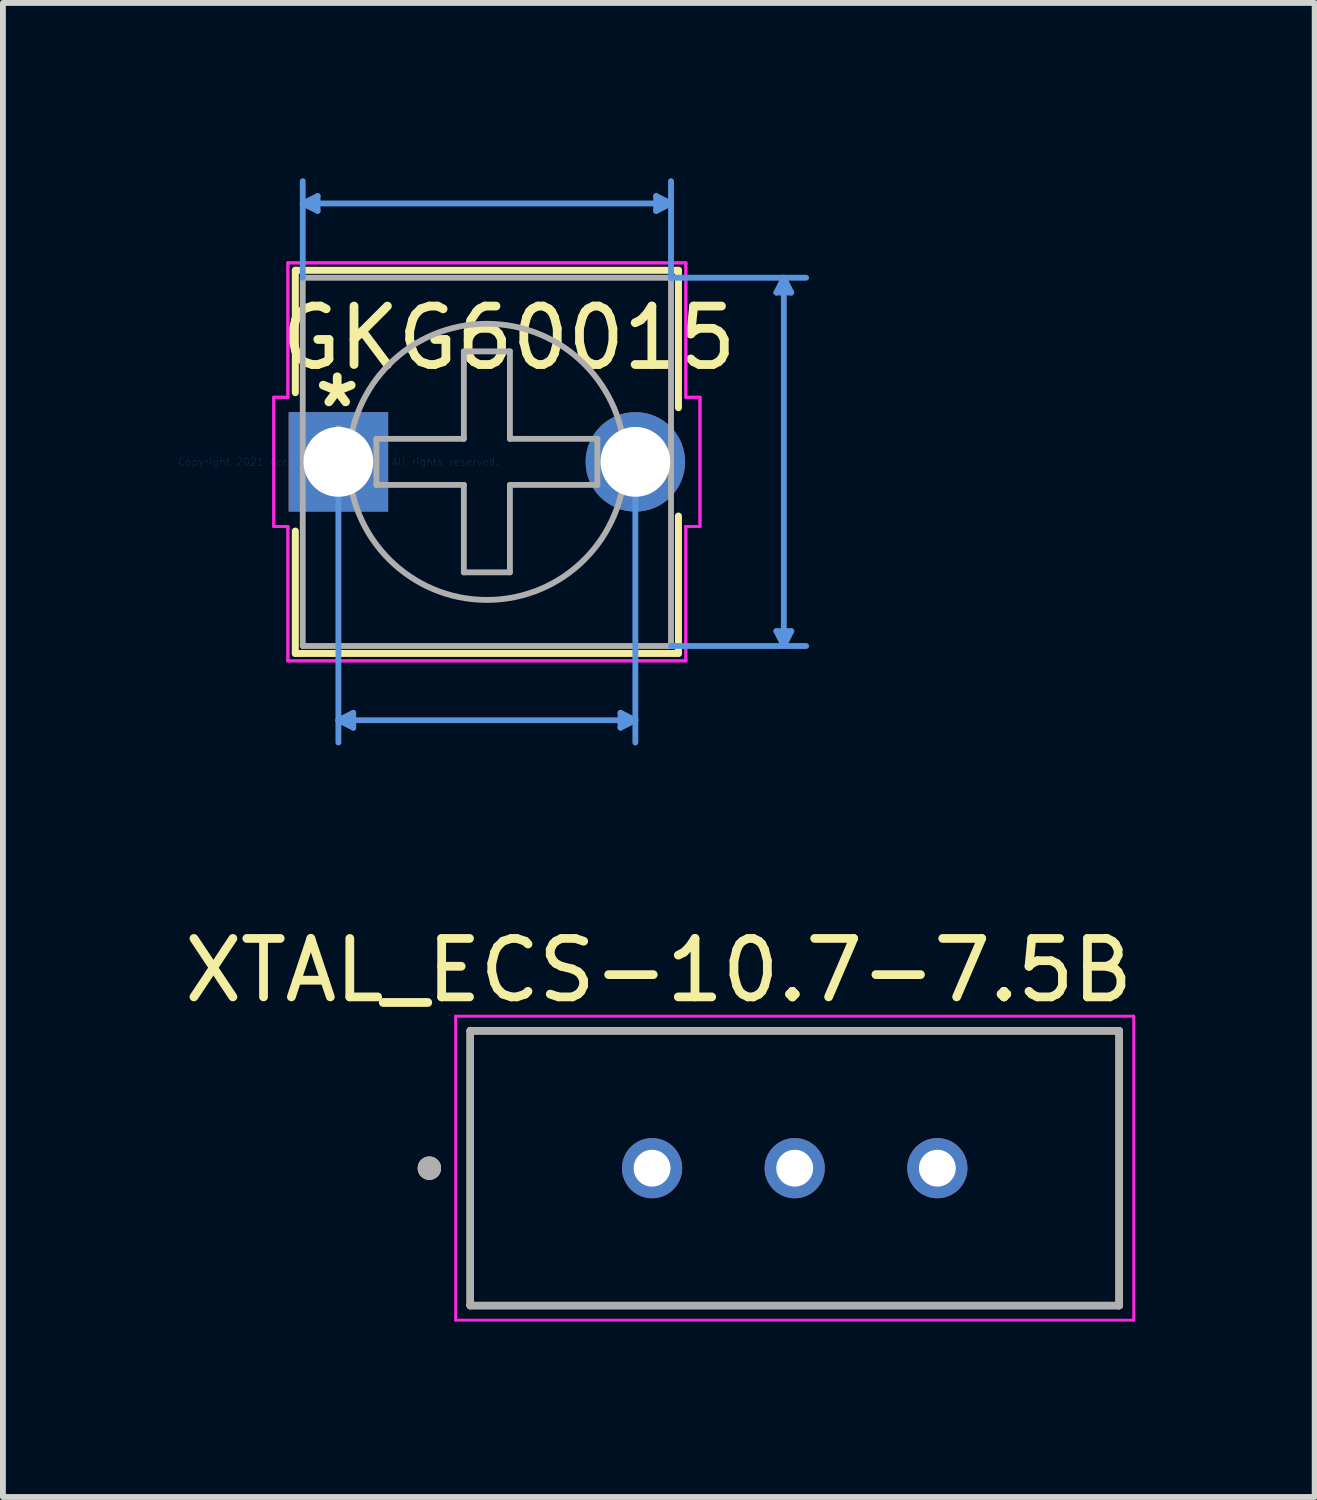
<source format=kicad_pcb>
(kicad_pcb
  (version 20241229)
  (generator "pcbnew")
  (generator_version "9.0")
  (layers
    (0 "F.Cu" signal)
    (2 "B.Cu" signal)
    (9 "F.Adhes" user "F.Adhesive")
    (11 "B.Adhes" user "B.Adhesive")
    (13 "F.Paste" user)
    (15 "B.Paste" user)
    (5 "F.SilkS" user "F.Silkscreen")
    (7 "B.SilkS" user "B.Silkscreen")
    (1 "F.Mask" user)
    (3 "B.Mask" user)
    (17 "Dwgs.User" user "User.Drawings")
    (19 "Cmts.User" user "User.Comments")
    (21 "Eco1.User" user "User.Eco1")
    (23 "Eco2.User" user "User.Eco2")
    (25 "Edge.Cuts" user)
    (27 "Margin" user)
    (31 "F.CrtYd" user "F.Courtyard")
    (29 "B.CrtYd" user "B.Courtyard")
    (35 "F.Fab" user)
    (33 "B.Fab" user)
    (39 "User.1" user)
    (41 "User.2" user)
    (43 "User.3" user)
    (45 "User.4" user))
  (footprint "XTAL_ECS-10.7-7.5B"
    (layer "F.Cu")
    (at 10.545 16.934)
    (property "Reference" "XTAL_ECS-10.7-7.5B" (at -2.325 -3.385 0) (layer "F.SilkS") (effects (font (size 1 1) (thickness 0.15))))
    (attr through_hole)
    (fp_line (start -5.55 -2.35) (end 5.55 -2.35) (stroke (width 0.127) (type solid)) (layer "F.SilkS"))
    (fp_line (start -5.55 2.35) (end -5.55 -2.35) (stroke (width 0.127) (type solid)) (layer "F.SilkS"))
    (fp_line (start 5.55 -2.35) (end 5.55 2.35) (stroke (width 0.127) (type solid)) (layer "F.SilkS"))
    (fp_line (start 5.55 2.35) (end -5.55 2.35) (stroke (width 0.127) (type solid)) (layer "F.SilkS"))
    (fp_circle (center -6.25 0) (end -6.15 0) (stroke (width 0.2) (type solid)) (fill no) (layer "F.SilkS"))
    (fp_line (start -5.8 -2.6) (end 5.8 -2.6) (stroke (width 0.05) (type solid)) (layer "F.CrtYd"))
    (fp_line (start -5.8 2.6) (end -5.8 -2.6) (stroke (width 0.05) (type solid)) (layer "F.CrtYd"))
    (fp_line (start 5.8 -2.6) (end 5.8 2.6) (stroke (width 0.05) (type solid)) (layer "F.CrtYd"))
    (fp_line (start 5.8 2.6) (end -5.8 2.6) (stroke (width 0.05) (type solid)) (layer "F.CrtYd"))
    (fp_line (start -5.55 -2.35) (end 5.55 -2.35) (stroke (width 0.127) (type solid)) (layer "F.Fab"))
    (fp_line (start -5.55 2.35) (end -5.55 -2.35) (stroke (width 0.127) (type solid)) (layer "F.Fab"))
    (fp_line (start 5.55 -2.35) (end 5.55 2.35) (stroke (width 0.127) (type solid)) (layer "F.Fab"))
    (fp_line (start 5.55 2.35) (end -5.55 2.35) (stroke (width 0.127) (type solid)) (layer "F.Fab"))
    (fp_circle (center -6.25 0) (end -6.15 0) (stroke (width 0.2) (type solid)) (fill no) (layer "F.Fab"))
    (pad "1" thru_hole circle (at -2.44 0) (size 1.03 1.03) (drill 0.63) (layers "*.Cu" "*.Mask"))
    (pad "2" thru_hole circle (at 0 0) (size 1.03 1.03) (drill 0.63) (layers "*.Cu" "*.Mask"))
    (pad "3" thru_hole circle (at 2.44 0) (size 1.03 1.03) (drill 0.63) (layers "*.Cu" "*.Mask")))
  (footprint "GKG60015"
    (layer "F.Cu")
    (at 2.739 4.851)
    (property "Reference" "GKG60015" (at 2.91 -2.12 0) (layer "F.SilkS") (effects (font (size 1 1) (thickness 0.15))))
    (attr through_hole)
    (fp_line (start -0.737 -3.277) (end -0.737 -1.184) (stroke (width 0.12) (type solid)) (layer "F.SilkS"))
    (fp_line (start -0.737 1.184) (end -0.737 3.277) (stroke (width 0.12) (type solid)) (layer "F.SilkS"))
    (fp_line (start -0.737 3.277) (end 5.817 3.277) (stroke (width 0.12) (type solid)) (layer "F.SilkS"))
    (fp_line (start 5.817 -3.277) (end -0.737 -3.277) (stroke (width 0.12) (type solid)) (layer "F.SilkS"))
    (fp_line (start 5.817 -0.927) (end 5.817 -3.277) (stroke (width 0.12) (type solid)) (layer "F.SilkS"))
    (fp_line (start 5.817 3.277) (end 5.817 0.927) (stroke (width 0.12) (type solid)) (layer "F.SilkS"))
    (fp_line (start -0.61 -4.42) (end -0.356 -4.547) (stroke (width 0.1) (type solid)) (layer "Cmts.User"))
    (fp_line (start -0.61 -4.42) (end -0.356 -4.293) (stroke (width 0.1) (type solid)) (layer "Cmts.User"))
    (fp_line (start -0.61 -4.42) (end 5.69 -4.42) (stroke (width 0.1) (type solid)) (layer "Cmts.User"))
    (fp_line (start -0.61 -3.15) (end -0.61 -4.801) (stroke (width 0.1) (type solid)) (layer "Cmts.User"))
    (fp_line (start -0.356 -4.547) (end -0.356 -4.293) (stroke (width 0.1) (type solid)) (layer "Cmts.User"))
    (fp_line (start 0 0) (end 0 4.801) (stroke (width 0.1) (type solid)) (layer "Cmts.User"))
    (fp_line (start 0 4.42) (end 0.254 4.293) (stroke (width 0.1) (type solid)) (layer "Cmts.User"))
    (fp_line (start 0 4.42) (end 0.254 4.547) (stroke (width 0.1) (type solid)) (layer "Cmts.User"))
    (fp_line (start 0 4.42) (end 5.08 4.42) (stroke (width 0.1) (type solid)) (layer "Cmts.User"))
    (fp_line (start 0.254 4.293) (end 0.254 4.547) (stroke (width 0.1) (type solid)) (layer "Cmts.User"))
    (fp_line (start 4.826 4.293) (end 4.826 4.547) (stroke (width 0.1) (type solid)) (layer "Cmts.User"))
    (fp_line (start 5.08 0) (end 5.08 4.801) (stroke (width 0.1) (type solid)) (layer "Cmts.User"))
    (fp_line (start 5.08 4.42) (end 4.826 4.293) (stroke (width 0.1) (type solid)) (layer "Cmts.User"))
    (fp_line (start 5.08 4.42) (end 4.826 4.547) (stroke (width 0.1) (type solid)) (layer "Cmts.User"))
    (fp_line (start 5.436 -4.547) (end 5.436 -4.293) (stroke (width 0.1) (type solid)) (layer "Cmts.User"))
    (fp_line (start 5.69 -4.42) (end 5.436 -4.547) (stroke (width 0.1) (type solid)) (layer "Cmts.User"))
    (fp_line (start 5.69 -4.42) (end 5.436 -4.293) (stroke (width 0.1) (type solid)) (layer "Cmts.User"))
    (fp_line (start 5.69 -3.15) (end 5.69 -4.801) (stroke (width 0.1) (type solid)) (layer "Cmts.User"))
    (fp_line (start 5.69 -3.15) (end 8.001 -3.15) (stroke (width 0.1) (type solid)) (layer "Cmts.User"))
    (fp_line (start 5.69 3.15) (end 8.001 3.15) (stroke (width 0.1) (type solid)) (layer "Cmts.User"))
    (fp_line (start 7.493 -2.896) (end 7.747 -2.896) (stroke (width 0.1) (type solid)) (layer "Cmts.User"))
    (fp_line (start 7.493 2.896) (end 7.747 2.896) (stroke (width 0.1) (type solid)) (layer "Cmts.User"))
    (fp_line (start 7.62 -3.15) (end 7.493 -2.896) (stroke (width 0.1) (type solid)) (layer "Cmts.User"))
    (fp_line (start 7.62 -3.15) (end 7.62 3.15) (stroke (width 0.1) (type solid)) (layer "Cmts.User"))
    (fp_line (start 7.62 -3.15) (end 7.747 -2.896) (stroke (width 0.1) (type solid)) (layer "Cmts.User"))
    (fp_line (start 7.62 3.15) (end 7.493 2.896) (stroke (width 0.1) (type solid)) (layer "Cmts.User"))
    (fp_line (start 7.62 3.15) (end 7.747 2.896) (stroke (width 0.1) (type solid)) (layer "Cmts.User"))
    (fp_line (start -1.105 -1.105) (end -0.864 -1.105) (stroke (width 0.05) (type solid)) (layer "F.CrtYd"))
    (fp_line (start -1.105 -1.105) (end -0.864 -1.105) (stroke (width 0.05) (type solid)) (layer "F.CrtYd"))
    (fp_line (start -1.105 1.105) (end -1.105 -1.105) (stroke (width 0.05) (type solid)) (layer "F.CrtYd"))
    (fp_line (start -1.105 1.105) (end -1.105 -1.105) (stroke (width 0.05) (type solid)) (layer "F.CrtYd"))
    (fp_line (start -0.864 -3.404) (end 5.944 -3.404) (stroke (width 0.05) (type solid)) (layer "F.CrtYd"))
    (fp_line (start -0.864 -3.404) (end 5.944 -3.404) (stroke (width 0.05) (type solid)) (layer "F.CrtYd"))
    (fp_line (start -0.864 -1.105) (end -0.864 -3.404) (stroke (width 0.05) (type solid)) (layer "F.CrtYd"))
    (fp_line (start -0.864 -1.105) (end -0.864 -3.404) (stroke (width 0.05) (type solid)) (layer "F.CrtYd"))
    (fp_line (start -0.864 1.105) (end -1.105 1.105) (stroke (width 0.05) (type solid)) (layer "F.CrtYd"))
    (fp_line (start -0.864 1.105) (end -1.105 1.105) (stroke (width 0.05) (type solid)) (layer "F.CrtYd"))
    (fp_line (start -0.864 3.404) (end -0.864 1.105) (stroke (width 0.05) (type solid)) (layer "F.CrtYd"))
    (fp_line (start -0.864 3.404) (end -0.864 1.105) (stroke (width 0.05) (type solid)) (layer "F.CrtYd"))
    (fp_line (start 5.944 -3.404) (end 5.944 -1.105) (stroke (width 0.05) (type solid)) (layer "F.CrtYd"))
    (fp_line (start 5.944 -3.404) (end 5.944 -1.105) (stroke (width 0.05) (type solid)) (layer "F.CrtYd"))
    (fp_line (start 5.944 -1.105) (end 6.185 -1.105) (stroke (width 0.05) (type solid)) (layer "F.CrtYd"))
    (fp_line (start 5.944 -1.105) (end 6.185 -1.105) (stroke (width 0.05) (type solid)) (layer "F.CrtYd"))
    (fp_line (start 5.944 1.105) (end 5.944 3.404) (stroke (width 0.05) (type solid)) (layer "F.CrtYd"))
    (fp_line (start 5.944 1.105) (end 5.944 3.404) (stroke (width 0.05) (type solid)) (layer "F.CrtYd"))
    (fp_line (start 5.944 3.404) (end -0.864 3.404) (stroke (width 0.05) (type solid)) (layer "F.CrtYd"))
    (fp_line (start 5.944 3.404) (end -0.864 3.404) (stroke (width 0.05) (type solid)) (layer "F.CrtYd"))
    (fp_line (start 6.185 -1.105) (end 6.185 1.105) (stroke (width 0.05) (type solid)) (layer "F.CrtYd"))
    (fp_line (start 6.185 -1.105) (end 6.185 1.105) (stroke (width 0.05) (type solid)) (layer "F.CrtYd"))
    (fp_line (start 6.185 1.105) (end 5.944 1.105) (stroke (width 0.05) (type solid)) (layer "F.CrtYd"))
    (fp_line (start 6.185 1.105) (end 5.944 1.105) (stroke (width 0.05) (type solid)) (layer "F.CrtYd"))
    (fp_line (start -0.61 -3.15) (end -0.61 3.15) (stroke (width 0.1) (type solid)) (layer "F.Fab"))
    (fp_line (start -0.61 3.15) (end 5.69 3.15) (stroke (width 0.1) (type solid)) (layer "F.Fab"))
    (fp_line (start -0.254 0) (end 0.254 0) (stroke (width 0.1) (type solid)) (layer "F.Fab"))
    (fp_line (start 0 0.254) (end 0 -0.254) (stroke (width 0.1) (type solid)) (layer "F.Fab"))
    (fp_line (start 0.65 -0.394) (end 0.65 0.394) (stroke (width 0.1) (type solid)) (layer "F.Fab"))
    (fp_line (start 2.146 -1.89) (end 2.146 -0.394) (stroke (width 0.1) (type solid)) (layer "F.Fab"))
    (fp_line (start 2.146 -1.89) (end 2.934 -1.89) (stroke (width 0.1) (type solid)) (layer "F.Fab"))
    (fp_line (start 2.146 -0.394) (end 0.65 -0.394) (stroke (width 0.1) (type solid)) (layer "F.Fab"))
    (fp_line (start 2.146 0.394) (end 0.65 0.394) (stroke (width 0.1) (type solid)) (layer "F.Fab"))
    (fp_line (start 2.146 1.89) (end 2.146 0.394) (stroke (width 0.1) (type solid)) (layer "F.Fab"))
    (fp_line (start 2.146 1.89) (end 2.934 1.89) (stroke (width 0.1) (type solid)) (layer "F.Fab"))
    (fp_line (start 2.934 -1.89) (end 2.934 -0.394) (stroke (width 0.1) (type solid)) (layer "F.Fab"))
    (fp_line (start 2.934 -0.394) (end 4.43 -0.394) (stroke (width 0.1) (type solid)) (layer "F.Fab"))
    (fp_line (start 2.934 0.394) (end 4.43 0.394) (stroke (width 0.1) (type solid)) (layer "F.Fab"))
    (fp_line (start 2.934 1.89) (end 2.934 0.394) (stroke (width 0.1) (type solid)) (layer "F.Fab"))
    (fp_line (start 4.43 -0.394) (end 4.43 0.394) (stroke (width 0.1) (type solid)) (layer "F.Fab"))
    (fp_line (start 5.69 -3.15) (end -0.61 -3.15) (stroke (width 0.1) (type solid)) (layer "F.Fab"))
    (fp_line (start 5.69 3.15) (end 5.69 -3.15) (stroke (width 0.1) (type solid)) (layer "F.Fab"))
    (fp_circle (center -0.102 0) (end -0.102 0) (stroke (width 0.1) (type solid)) (fill no) (layer "F.Fab"))
    (fp_circle (center 2.54 0) (end 4.902 0) (stroke (width 0.1) (type solid)) (fill no) (layer "F.Fab"))
    (fp_text user "*" (at -0.02 -0.91 0) (layer "F.SilkS") (effects (font (size 1 1) (thickness 0.15))))
    (fp_text user "Copyright 2021 Accelerated Designs. All rights reserved." (at 0 0 0) (layer "Cmts.User") (effects (font (size 0.127 0.127) (thickness 0.002))))
    (fp_text user "*" (at 0 0 0) (layer "F.Fab") (effects (font (size 1 1) (thickness 0.15))))
    (pad "1" thru_hole rect (at 0 0) (size 1.702 1.702) (drill 1.194) (layers "*.Cu" "*.Mask"))
    (pad "2" thru_hole circle (at 5.08 0) (size 1.702 1.702) (drill 1.194) (layers "*.Cu" "*.Mask")))
  (gr_rect
    (start -3 -3)
    (end 19.44 22.559)
    (stroke (width 0.1) (type default))
    (fill no)
    (layer "Edge.Cuts")))
</source>
